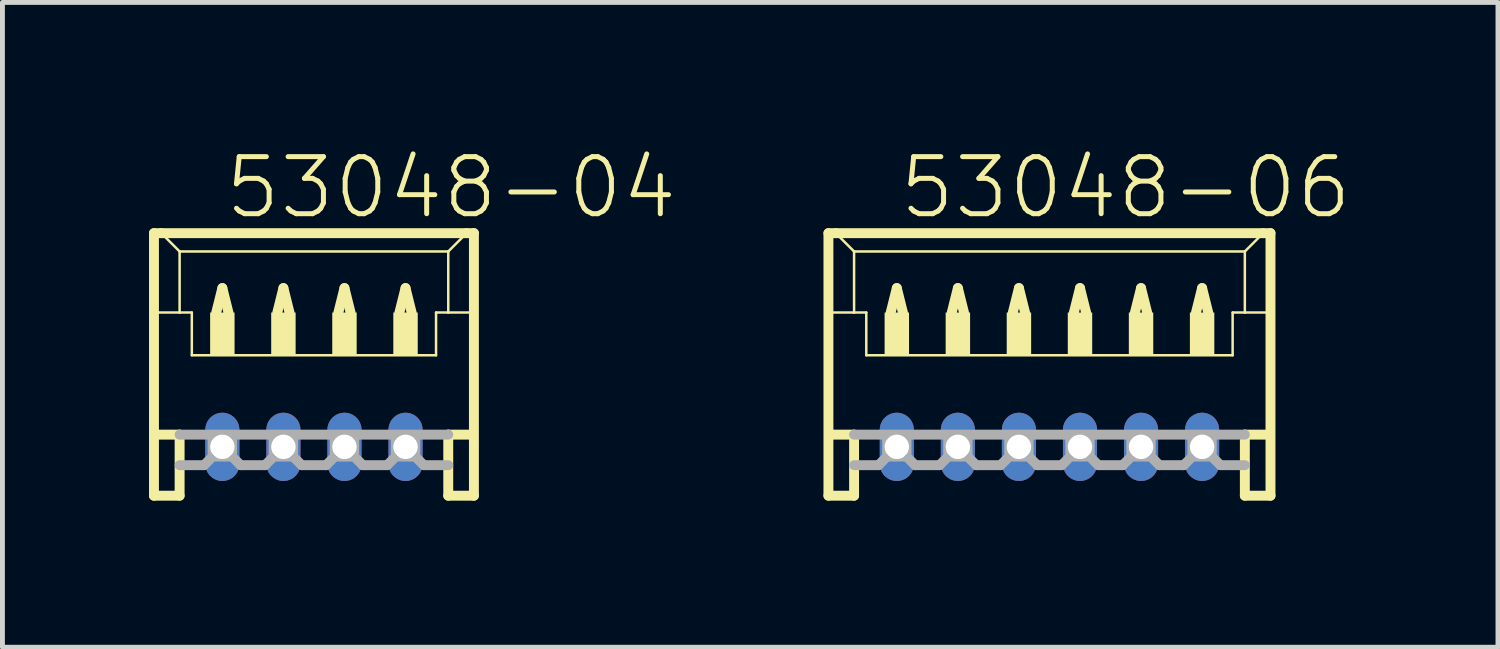
<source format=kicad_pcb>
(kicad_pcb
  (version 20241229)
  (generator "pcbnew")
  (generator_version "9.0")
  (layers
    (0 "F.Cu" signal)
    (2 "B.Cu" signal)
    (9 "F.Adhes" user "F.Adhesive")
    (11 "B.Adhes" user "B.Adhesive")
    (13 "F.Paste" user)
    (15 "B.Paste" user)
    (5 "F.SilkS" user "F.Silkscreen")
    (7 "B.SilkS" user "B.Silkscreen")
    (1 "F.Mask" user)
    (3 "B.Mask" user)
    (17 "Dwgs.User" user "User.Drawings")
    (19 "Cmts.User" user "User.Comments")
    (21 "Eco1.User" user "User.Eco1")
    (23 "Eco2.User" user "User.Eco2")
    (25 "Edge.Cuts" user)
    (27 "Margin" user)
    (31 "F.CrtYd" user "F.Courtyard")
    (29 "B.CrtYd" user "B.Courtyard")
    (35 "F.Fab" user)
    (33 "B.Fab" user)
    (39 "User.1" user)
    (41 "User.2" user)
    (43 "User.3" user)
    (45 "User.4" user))
  (footprint "53048-04"
    (layer "F.Cu")
    (at 3.377 4.848)
    (property "Reference" "53048-04" (at -1.875 -3.375 0) (layer "F.SilkS") (effects (font (size 1.168 1.168) (thickness 0.102)) (justify left bottom)))
    (fp_line (start -3.275 -3.125) (end -3.275 2.25) (stroke (width 0.203) (type solid)) (layer "F.SilkS"))
    (fp_line (start -3.275 2.25) (end -2.75 2.25) (stroke (width 0.203) (type solid)) (layer "F.SilkS"))
    (fp_line (start -3.25 -1.5) (end -2.75 -1.5) (stroke (width 0.051) (type solid)) (layer "F.SilkS"))
    (fp_line (start -3.25 1) (end -2.75 1) (stroke (width 0.203) (type solid)) (layer "F.SilkS"))
    (fp_line (start -3.125 -3.125) (end -3.275 -3.125) (stroke (width 0.203) (type solid)) (layer "F.SilkS"))
    (fp_line (start -2.75 -2.75) (end -3.125 -3.125) (stroke (width 0.051) (type solid)) (layer "F.SilkS"))
    (fp_line (start -2.75 -2.75) (end 2.75 -2.75) (stroke (width 0.051) (type solid)) (layer "F.SilkS"))
    (fp_line (start -2.75 -1.5) (end -2.75 -2.75) (stroke (width 0.051) (type solid)) (layer "F.SilkS"))
    (fp_line (start -2.75 -1.5) (end -2.5 -1.5) (stroke (width 0.051) (type solid)) (layer "F.SilkS"))
    (fp_line (start -2.75 1) (end -2.75 2.25) (stroke (width 0.203) (type solid)) (layer "F.SilkS"))
    (fp_line (start -2.5 -1.5) (end -2.5 -0.625) (stroke (width 0.051) (type solid)) (layer "F.SilkS"))
    (fp_line (start -2.5 -0.625) (end 2.5 -0.625) (stroke (width 0.051) (type solid)) (layer "F.SilkS"))
    (fp_line (start -2 -1.5) (end -1.875 -2) (stroke (width 0.203) (type solid)) (layer "F.SilkS"))
    (fp_line (start -1.875 -2) (end -1.75 -1.5) (stroke (width 0.203) (type solid)) (layer "F.SilkS"))
    (fp_line (start -0.75 -1.5) (end -0.625 -2) (stroke (width 0.203) (type solid)) (layer "F.SilkS"))
    (fp_line (start -0.625 -2) (end -0.5 -1.5) (stroke (width 0.203) (type solid)) (layer "F.SilkS"))
    (fp_line (start 0.5 -1.5) (end 0.625 -2) (stroke (width 0.203) (type solid)) (layer "F.SilkS"))
    (fp_line (start 0.625 -2) (end 0.75 -1.5) (stroke (width 0.203) (type solid)) (layer "F.SilkS"))
    (fp_line (start 1.75 -1.5) (end 1.875 -2) (stroke (width 0.203) (type solid)) (layer "F.SilkS"))
    (fp_line (start 1.875 -2) (end 2 -1.5) (stroke (width 0.203) (type solid)) (layer "F.SilkS"))
    (fp_line (start 2.5 -1.5) (end 2.5 -0.625) (stroke (width 0.051) (type solid)) (layer "F.SilkS"))
    (fp_line (start 2.5 -1.5) (end 2.75 -1.5) (stroke (width 0.051) (type solid)) (layer "F.SilkS"))
    (fp_line (start 2.75 -2.75) (end 2.75 -1.5) (stroke (width 0.051) (type solid)) (layer "F.SilkS"))
    (fp_line (start 2.75 -2.75) (end 3.125 -3.125) (stroke (width 0.051) (type solid)) (layer "F.SilkS"))
    (fp_line (start 2.75 -1.5) (end 3.25 -1.5) (stroke (width 0.051) (type solid)) (layer "F.SilkS"))
    (fp_line (start 2.75 1) (end 2.75 2.25) (stroke (width 0.203) (type solid)) (layer "F.SilkS"))
    (fp_line (start 2.75 1) (end 3.25 1) (stroke (width 0.203) (type solid)) (layer "F.SilkS"))
    (fp_line (start 2.75 2.25) (end 3.275 2.25) (stroke (width 0.203) (type solid)) (layer "F.SilkS"))
    (fp_line (start 3.125 -3.125) (end -3.125 -3.125) (stroke (width 0.203) (type solid)) (layer "F.SilkS"))
    (fp_line (start 3.275 -3.125) (end 3.125 -3.125) (stroke (width 0.203) (type solid)) (layer "F.SilkS"))
    (fp_line (start 3.275 2.25) (end 3.275 -3.125) (stroke (width 0.203) (type solid)) (layer "F.SilkS"))
    (fp_poly (pts (xy -2.125 -0.625) (xy -1.625 -0.625) (xy -1.625 -1.5) (xy -2.125 -1.5)) (stroke (width 0) (type solid)) (fill yes) (layer "F.SilkS"))
    (fp_poly (pts (xy -0.875 -0.625) (xy -0.375 -0.625) (xy -0.375 -1.5) (xy -0.875 -1.5)) (stroke (width 0) (type solid)) (fill yes) (layer "F.SilkS"))
    (fp_poly (pts (xy 0.375 -0.625) (xy 0.875 -0.625) (xy 0.875 -1.5) (xy 0.375 -1.5)) (stroke (width 0) (type solid)) (fill yes) (layer "F.SilkS"))
    (fp_poly (pts (xy 1.625 -0.625) (xy 2.125 -0.625) (xy 2.125 -1.5) (xy 1.625 -1.5)) (stroke (width 0) (type solid)) (fill yes) (layer "F.SilkS"))
    (fp_line (start -2.75 1) (end 2.75 1) (stroke (width 0.203) (type solid)) (layer "F.Fab"))
    (fp_line (start -2.25 1.625) (end -2.75 1.625) (stroke (width 0.203) (type solid)) (layer "F.Fab"))
    (fp_line (start -2.125 1.5) (end -2.25 1.625) (stroke (width 0.203) (type solid)) (layer "F.Fab"))
    (fp_line (start -1.625 1.5) (end -1.5 1.625) (stroke (width 0.203) (type solid)) (layer "F.Fab"))
    (fp_line (start -1 1.625) (end -1.5 1.625) (stroke (width 0.203) (type solid)) (layer "F.Fab"))
    (fp_line (start -0.875 1.5) (end -1 1.625) (stroke (width 0.203) (type solid)) (layer "F.Fab"))
    (fp_line (start -0.375 1.5) (end -0.25 1.625) (stroke (width 0.203) (type solid)) (layer "F.Fab"))
    (fp_line (start 0.25 1.625) (end -0.25 1.625) (stroke (width 0.203) (type solid)) (layer "F.Fab"))
    (fp_line (start 0.375 1.5) (end 0.25 1.625) (stroke (width 0.203) (type solid)) (layer "F.Fab"))
    (fp_line (start 0.875 1.5) (end 1 1.625) (stroke (width 0.203) (type solid)) (layer "F.Fab"))
    (fp_line (start 1.5 1.625) (end 1 1.625) (stroke (width 0.203) (type solid)) (layer "F.Fab"))
    (fp_line (start 1.625 1.5) (end 1.5 1.625) (stroke (width 0.203) (type solid)) (layer "F.Fab"))
    (fp_line (start 2.125 1.5) (end 2.25 1.625) (stroke (width 0.203) (type solid)) (layer "F.Fab"))
    (fp_line (start 2.75 1.625) (end 2.25 1.625) (stroke (width 0.203) (type solid)) (layer "F.Fab"))
    (fp_poly (pts (xy -2.125 1.5) (xy -1.625 1.5) (xy -1.625 1) (xy -2.125 1)) (stroke (width 0.1) (type solid)) (fill no) (layer "F.Fab"))
    (fp_poly (pts (xy -0.875 1.5) (xy -0.375 1.5) (xy -0.375 1) (xy -0.875 1)) (stroke (width 0.1) (type solid)) (fill no) (layer "F.Fab"))
    (fp_poly (pts (xy 0.375 1.5) (xy 0.875 1.5) (xy 0.875 1) (xy 0.375 1)) (stroke (width 0.1) (type solid)) (fill no) (layer "F.Fab"))
    (fp_poly (pts (xy 1.625 1.5) (xy 2.125 1.5) (xy 2.125 1) (xy 1.625 1)) (stroke (width 0.1) (type solid)) (fill no) (layer "F.Fab"))
    (pad "1" thru_hole oval (at 1.875 1.25 90) (size 1.397 0.698) (drill 0.5) (layers "*.Cu" "*.Mask"))
    (pad "2" thru_hole oval (at 0.625 1.25 90) (size 1.397 0.698) (drill 0.5) (layers "*.Cu" "*.Mask"))
    (pad "3" thru_hole oval (at -0.625 1.25 90) (size 1.397 0.698) (drill 0.5) (layers "*.Cu" "*.Mask"))
    (pad "4" thru_hole oval (at -1.875 1.25 90) (size 1.397 0.698) (drill 0.5) (layers "*.Cu" "*.Mask")))
  (footprint "53048-06"
    (layer "F.Cu")
    (at 18.435 4.848)
    (property "Reference" "53048-06" (at -3.125 -3.375 0) (layer "F.SilkS") (effects (font (size 1.168 1.168) (thickness 0.102)) (justify left bottom)))
    (fp_line (start -4.525 -3.125) (end -4.525 2.25) (stroke (width 0.203) (type solid)) (layer "F.SilkS"))
    (fp_line (start -4.525 2.25) (end -4 2.25) (stroke (width 0.203) (type solid)) (layer "F.SilkS"))
    (fp_line (start -4.5 -1.5) (end -4 -1.5) (stroke (width 0.051) (type solid)) (layer "F.SilkS"))
    (fp_line (start -4.5 1) (end -4 1) (stroke (width 0.203) (type solid)) (layer "F.SilkS"))
    (fp_line (start -4.375 -3.125) (end -4.525 -3.125) (stroke (width 0.203) (type solid)) (layer "F.SilkS"))
    (fp_line (start -4 -2.75) (end -4.375 -3.125) (stroke (width 0.051) (type solid)) (layer "F.SilkS"))
    (fp_line (start -4 -2.75) (end 4 -2.75) (stroke (width 0.051) (type solid)) (layer "F.SilkS"))
    (fp_line (start -4 -1.5) (end -4 -2.75) (stroke (width 0.051) (type solid)) (layer "F.SilkS"))
    (fp_line (start -4 -1.5) (end -3.75 -1.5) (stroke (width 0.051) (type solid)) (layer "F.SilkS"))
    (fp_line (start -4 1) (end -4 2.25) (stroke (width 0.203) (type solid)) (layer "F.SilkS"))
    (fp_line (start -3.75 -1.5) (end -3.75 -0.625) (stroke (width 0.051) (type solid)) (layer "F.SilkS"))
    (fp_line (start -3.75 -0.625) (end 3.75 -0.625) (stroke (width 0.051) (type solid)) (layer "F.SilkS"))
    (fp_line (start -3.25 -1.5) (end -3.125 -2) (stroke (width 0.203) (type solid)) (layer "F.SilkS"))
    (fp_line (start -3.125 -2) (end -3 -1.5) (stroke (width 0.203) (type solid)) (layer "F.SilkS"))
    (fp_line (start -2 -1.5) (end -1.875 -2) (stroke (width 0.203) (type solid)) (layer "F.SilkS"))
    (fp_line (start -1.875 -2) (end -1.75 -1.5) (stroke (width 0.203) (type solid)) (layer "F.SilkS"))
    (fp_line (start -0.75 -1.5) (end -0.625 -2) (stroke (width 0.203) (type solid)) (layer "F.SilkS"))
    (fp_line (start -0.625 -2) (end -0.5 -1.5) (stroke (width 0.203) (type solid)) (layer "F.SilkS"))
    (fp_line (start 0.5 -1.5) (end 0.625 -2) (stroke (width 0.203) (type solid)) (layer "F.SilkS"))
    (fp_line (start 0.625 -2) (end 0.75 -1.5) (stroke (width 0.203) (type solid)) (layer "F.SilkS"))
    (fp_line (start 1.75 -1.5) (end 1.875 -2) (stroke (width 0.203) (type solid)) (layer "F.SilkS"))
    (fp_line (start 1.875 -2) (end 2 -1.5) (stroke (width 0.203) (type solid)) (layer "F.SilkS"))
    (fp_line (start 3 -1.5) (end 3.125 -2) (stroke (width 0.203) (type solid)) (layer "F.SilkS"))
    (fp_line (start 3.125 -2) (end 3.25 -1.5) (stroke (width 0.203) (type solid)) (layer "F.SilkS"))
    (fp_line (start 3.75 -1.5) (end 3.75 -0.625) (stroke (width 0.051) (type solid)) (layer "F.SilkS"))
    (fp_line (start 3.75 -1.5) (end 4 -1.5) (stroke (width 0.051) (type solid)) (layer "F.SilkS"))
    (fp_line (start 4 -2.75) (end 4 -1.5) (stroke (width 0.051) (type solid)) (layer "F.SilkS"))
    (fp_line (start 4 -2.75) (end 4.375 -3.125) (stroke (width 0.051) (type solid)) (layer "F.SilkS"))
    (fp_line (start 4 -1.5) (end 4.5 -1.5) (stroke (width 0.051) (type solid)) (layer "F.SilkS"))
    (fp_line (start 4 1) (end 4 2.25) (stroke (width 0.203) (type solid)) (layer "F.SilkS"))
    (fp_line (start 4 1) (end 4.5 1) (stroke (width 0.203) (type solid)) (layer "F.SilkS"))
    (fp_line (start 4 2.25) (end 4.525 2.25) (stroke (width 0.203) (type solid)) (layer "F.SilkS"))
    (fp_line (start 4.375 -3.125) (end -4.375 -3.125) (stroke (width 0.203) (type solid)) (layer "F.SilkS"))
    (fp_line (start 4.525 -3.125) (end 4.375 -3.125) (stroke (width 0.203) (type solid)) (layer "F.SilkS"))
    (fp_line (start 4.525 2.25) (end 4.525 -3.125) (stroke (width 0.203) (type solid)) (layer "F.SilkS"))
    (fp_poly (pts (xy -3.375 -0.625) (xy -2.875 -0.625) (xy -2.875 -1.5) (xy -3.375 -1.5)) (stroke (width 0) (type solid)) (fill yes) (layer "F.SilkS"))
    (fp_poly (pts (xy -2.125 -0.625) (xy -1.625 -0.625) (xy -1.625 -1.5) (xy -2.125 -1.5)) (stroke (width 0) (type solid)) (fill yes) (layer "F.SilkS"))
    (fp_poly (pts (xy -0.875 -0.625) (xy -0.375 -0.625) (xy -0.375 -1.5) (xy -0.875 -1.5)) (stroke (width 0) (type solid)) (fill yes) (layer "F.SilkS"))
    (fp_poly (pts (xy 0.375 -0.625) (xy 0.875 -0.625) (xy 0.875 -1.5) (xy 0.375 -1.5)) (stroke (width 0) (type solid)) (fill yes) (layer "F.SilkS"))
    (fp_poly (pts (xy 1.625 -0.625) (xy 2.125 -0.625) (xy 2.125 -1.5) (xy 1.625 -1.5)) (stroke (width 0) (type solid)) (fill yes) (layer "F.SilkS"))
    (fp_poly (pts (xy 2.875 -0.625) (xy 3.375 -0.625) (xy 3.375 -1.5) (xy 2.875 -1.5)) (stroke (width 0) (type solid)) (fill yes) (layer "F.SilkS"))
    (fp_line (start -4 1) (end 4 1) (stroke (width 0.203) (type solid)) (layer "F.Fab"))
    (fp_line (start -3.5 1.625) (end -4 1.625) (stroke (width 0.203) (type solid)) (layer "F.Fab"))
    (fp_line (start -3.375 1.5) (end -3.5 1.625) (stroke (width 0.203) (type solid)) (layer "F.Fab"))
    (fp_line (start -2.875 1.5) (end -2.75 1.625) (stroke (width 0.203) (type solid)) (layer "F.Fab"))
    (fp_line (start -2.25 1.625) (end -2.75 1.625) (stroke (width 0.203) (type solid)) (layer "F.Fab"))
    (fp_line (start -2.125 1.5) (end -2.25 1.625) (stroke (width 0.203) (type solid)) (layer "F.Fab"))
    (fp_line (start -1.625 1.5) (end -1.5 1.625) (stroke (width 0.203) (type solid)) (layer "F.Fab"))
    (fp_line (start -1 1.625) (end -1.5 1.625) (stroke (width 0.203) (type solid)) (layer "F.Fab"))
    (fp_line (start -0.875 1.5) (end -1 1.625) (stroke (width 0.203) (type solid)) (layer "F.Fab"))
    (fp_line (start -0.375 1.5) (end -0.25 1.625) (stroke (width 0.203) (type solid)) (layer "F.Fab"))
    (fp_line (start 0.25 1.625) (end -0.25 1.625) (stroke (width 0.203) (type solid)) (layer "F.Fab"))
    (fp_line (start 0.375 1.5) (end 0.25 1.625) (stroke (width 0.203) (type solid)) (layer "F.Fab"))
    (fp_line (start 0.875 1.5) (end 1 1.625) (stroke (width 0.203) (type solid)) (layer "F.Fab"))
    (fp_line (start 1.5 1.625) (end 1 1.625) (stroke (width 0.203) (type solid)) (layer "F.Fab"))
    (fp_line (start 1.625 1.5) (end 1.5 1.625) (stroke (width 0.203) (type solid)) (layer "F.Fab"))
    (fp_line (start 2.125 1.5) (end 2.25 1.625) (stroke (width 0.203) (type solid)) (layer "F.Fab"))
    (fp_line (start 2.75 1.625) (end 2.25 1.625) (stroke (width 0.203) (type solid)) (layer "F.Fab"))
    (fp_line (start 2.875 1.5) (end 2.75 1.625) (stroke (width 0.203) (type solid)) (layer "F.Fab"))
    (fp_line (start 3.375 1.5) (end 3.5 1.625) (stroke (width 0.203) (type solid)) (layer "F.Fab"))
    (fp_line (start 4 1.625) (end 3.5 1.625) (stroke (width 0.203) (type solid)) (layer "F.Fab"))
    (fp_poly (pts (xy -3.375 1.5) (xy -2.875 1.5) (xy -2.875 1) (xy -3.375 1)) (stroke (width 0.1) (type solid)) (fill no) (layer "F.Fab"))
    (fp_poly (pts (xy -2.125 1.5) (xy -1.625 1.5) (xy -1.625 1) (xy -2.125 1)) (stroke (width 0.1) (type solid)) (fill no) (layer "F.Fab"))
    (fp_poly (pts (xy -0.875 1.5) (xy -0.375 1.5) (xy -0.375 1) (xy -0.875 1)) (stroke (width 0.1) (type solid)) (fill no) (layer "F.Fab"))
    (fp_poly (pts (xy 0.375 1.5) (xy 0.875 1.5) (xy 0.875 1) (xy 0.375 1)) (stroke (width 0.1) (type solid)) (fill no) (layer "F.Fab"))
    (fp_poly (pts (xy 1.625 1.5) (xy 2.125 1.5) (xy 2.125 1) (xy 1.625 1)) (stroke (width 0.1) (type solid)) (fill no) (layer "F.Fab"))
    (fp_poly (pts (xy 2.875 1.5) (xy 3.375 1.5) (xy 3.375 1) (xy 2.875 1)) (stroke (width 0.1) (type solid)) (fill no) (layer "F.Fab"))
    (pad "1" thru_hole oval (at 3.125 1.25 90) (size 1.397 0.698) (drill 0.5) (layers "*.Cu" "*.Mask"))
    (pad "2" thru_hole oval (at 1.875 1.25 90) (size 1.397 0.698) (drill 0.5) (layers "*.Cu" "*.Mask"))
    (pad "3" thru_hole oval (at 0.625 1.25 90) (size 1.397 0.698) (drill 0.5) (layers "*.Cu" "*.Mask"))
    (pad "4" thru_hole oval (at -0.625 1.25 90) (size 1.397 0.698) (drill 0.5) (layers "*.Cu" "*.Mask"))
    (pad "5" thru_hole oval (at -1.875 1.25 90) (size 1.397 0.698) (drill 0.5) (layers "*.Cu" "*.Mask"))
    (pad "6" thru_hole oval (at -3.125 1.25 90) (size 1.397 0.698) (drill 0.5) (layers "*.Cu" "*.Mask")))
  (gr_rect
    (start -3 -3)
    (end 27.617 10.2)
    (stroke (width 0.1) (type default))
    (fill no)
    (layer "Edge.Cuts")))
</source>
